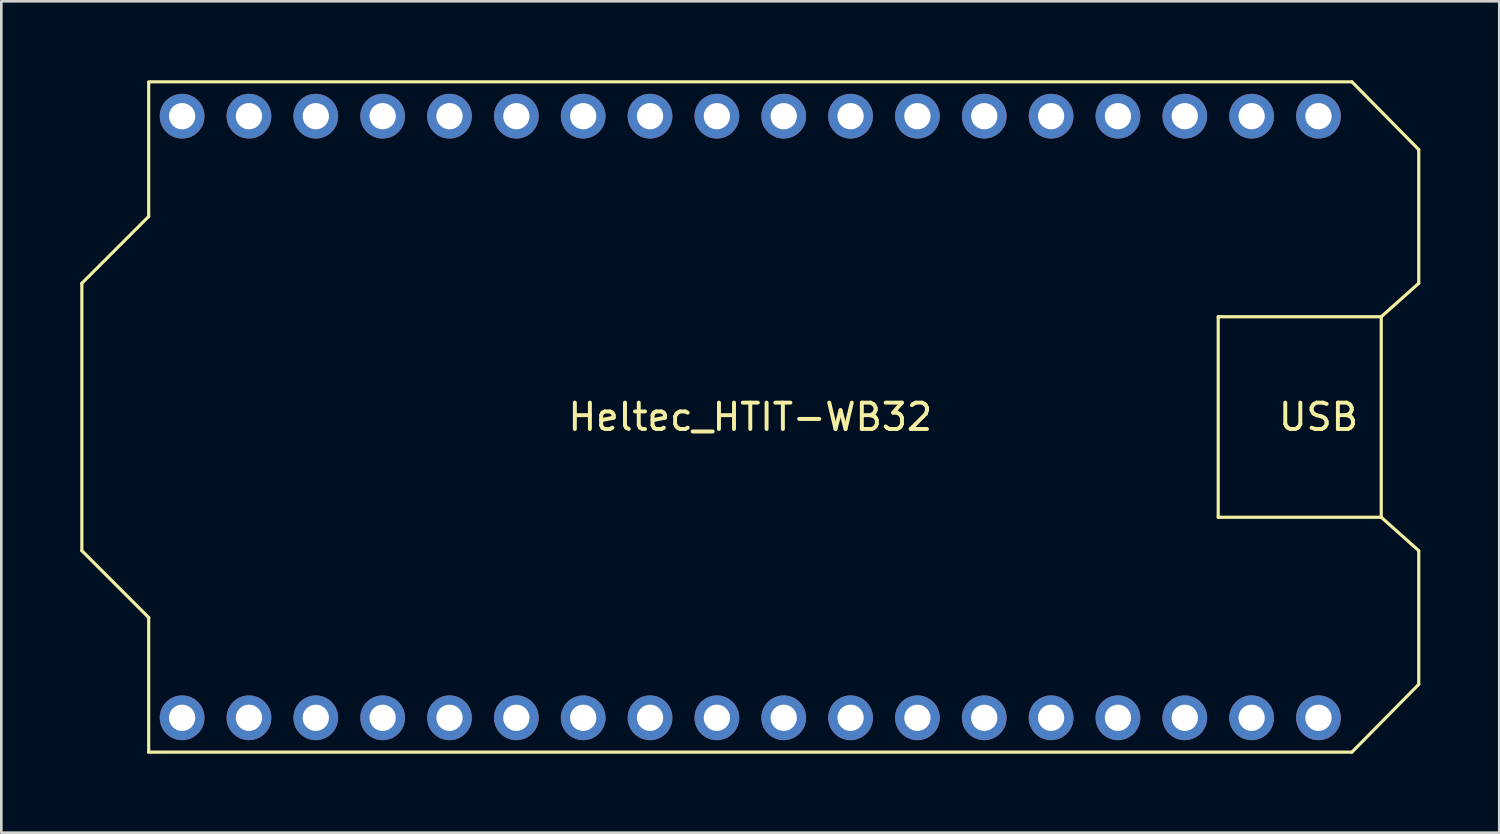
<source format=kicad_pcb>
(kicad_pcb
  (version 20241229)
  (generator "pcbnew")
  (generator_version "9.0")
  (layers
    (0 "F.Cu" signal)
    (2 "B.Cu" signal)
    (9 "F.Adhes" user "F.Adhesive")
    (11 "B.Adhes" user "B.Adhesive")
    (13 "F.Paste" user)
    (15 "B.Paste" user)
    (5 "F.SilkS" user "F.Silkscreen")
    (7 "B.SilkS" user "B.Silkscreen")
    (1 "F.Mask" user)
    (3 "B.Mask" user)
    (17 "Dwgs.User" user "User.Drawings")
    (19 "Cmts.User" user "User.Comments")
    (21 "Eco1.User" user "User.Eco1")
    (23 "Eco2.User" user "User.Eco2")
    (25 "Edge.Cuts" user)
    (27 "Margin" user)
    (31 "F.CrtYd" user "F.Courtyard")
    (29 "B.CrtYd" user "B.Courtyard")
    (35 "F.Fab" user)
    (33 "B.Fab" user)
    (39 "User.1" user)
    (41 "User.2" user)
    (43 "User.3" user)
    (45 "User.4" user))
  (footprint "Heltec_HTIT-WB32"
    (layer "F.Cu")
    (at 25.46 12.795)
    (property "Reference" "Heltec_HTIT-WB32" (at 0 0 0) (layer "F.SilkS") (effects (font (size 1 1) (thickness 0.15))))
    (attr through_hole)
    (fp_line (start -25.4 -5.08) (end -25.4 5.08) (stroke (width 0.12) (type solid)) (layer "F.SilkS"))
    (fp_line (start -25.4 -5.08) (end -22.86 -7.62) (stroke (width 0.12) (type solid)) (layer "F.SilkS"))
    (fp_line (start -25.4 5.08) (end -22.86 7.62) (stroke (width 0.12) (type solid)) (layer "F.SilkS"))
    (fp_line (start -22.86 -12.735) (end 22.86 -12.735) (stroke (width 0.12) (type solid)) (layer "F.SilkS"))
    (fp_line (start -22.86 -12.7) (end -22.86 -7.62) (stroke (width 0.12) (type solid)) (layer "F.SilkS"))
    (fp_line (start -22.86 7.62) (end -22.86 12.735) (stroke (width 0.12) (type solid)) (layer "F.SilkS"))
    (fp_line (start 17.78 -3.81) (end 17.78 3.81) (stroke (width 0.12) (type solid)) (layer "F.SilkS"))
    (fp_line (start 17.78 3.81) (end 23.975 3.81) (stroke (width 0.12) (type solid)) (layer "F.SilkS"))
    (fp_line (start 22.86 -12.735) (end 25.4 -10.16) (stroke (width 0.12) (type solid)) (layer "F.SilkS"))
    (fp_line (start 22.86 12.735) (end -22.86 12.735) (stroke (width 0.12) (type solid)) (layer "F.SilkS"))
    (fp_line (start 22.86 12.735) (end 25.4 10.16) (stroke (width 0.12) (type solid)) (layer "F.SilkS"))
    (fp_line (start 23.975 -3.81) (end 17.78 -3.81) (stroke (width 0.12) (type solid)) (layer "F.SilkS"))
    (fp_line (start 23.975 -3.81) (end 23.975 3.81) (stroke (width 0.12) (type solid)) (layer "F.SilkS"))
    (fp_line (start 25.4 -10.16) (end 25.4 -5.08) (stroke (width 0.12) (type solid)) (layer "F.SilkS"))
    (fp_line (start 25.4 -5.08) (end 23.975 -3.81) (stroke (width 0.12) (type solid)) (layer "F.SilkS"))
    (fp_line (start 25.4 5.08) (end 23.975 3.81) (stroke (width 0.12) (type solid)) (layer "F.SilkS"))
    (fp_line (start 25.4 10.16) (end 25.4 5.08) (stroke (width 0.12) (type solid)) (layer "F.SilkS"))
    (fp_text user "USB" (at 21.59 0 0) (layer "F.SilkS") (effects (font (size 1 1) (thickness 0.15))))
    (pad "0" thru_hole circle (at 1.27 11.43) (size 1.7 1.7) (drill 1) (layers "*.Cu" "*.Mask"))
    (pad "1" thru_hole circle (at 11.43 11.43) (size 1.7 1.7) (drill 1) (layers "*.Cu" "*.Mask"))
    (pad "2" thru_hole circle (at 3.81 11.43) (size 1.7 1.7) (drill 1) (layers "*.Cu" "*.Mask"))
    (pad "3" thru_hole circle (at 8.89 11.43) (size 1.7 1.7) (drill 1) (layers "*.Cu" "*.Mask"))
    (pad "4" thru_hole circle (at -1.27 11.43) (size 1.7 1.7) (drill 1) (layers "*.Cu" "*.Mask"))
    (pad "5" thru_hole circle (at -8.89 11.43) (size 1.7 1.7) (drill 1) (layers "*.Cu" "*.Mask"))
    (pad "6" thru_hole circle (at 13.97 -11.43) (size 1.7 1.7) (drill 1) (layers "*.Cu" "*.Mask"))
    (pad "7" thru_hole circle (at 16.51 -11.43) (size 1.7 1.7) (drill 1) (layers "*.Cu" "*.Mask"))
    (pad "8" thru_hole circle (at 21.59 -11.43) (size 1.7 1.7) (drill 1) (layers "*.Cu" "*.Mask"))
    (pad "9" thru_hole circle (at 19.05 -11.43) (size 1.7 1.7) (drill 1) (layers "*.Cu" "*.Mask"))
    (pad "10" thru_hole circle (at 13.97 11.43) (size 1.7 1.7) (drill 1) (layers "*.Cu" "*.Mask"))
    (pad "11" thru_hole circle (at 16.51 11.43) (size 1.7 1.7) (drill 1) (layers "*.Cu" "*.Mask"))
    (pad "12" thru_hole circle (at 8.89 -11.43) (size 1.7 1.7) (drill 1) (layers "*.Cu" "*.Mask"))
    (pad "13" thru_hole circle (at 11.43 -11.43) (size 1.7 1.7) (drill 1) (layers "*.Cu" "*.Mask"))
    (pad "14" thru_hole circle (at 6.35 -11.43) (size 1.7 1.7) (drill 1) (layers "*.Cu" "*.Mask"))
    (pad "15" thru_hole circle (at 6.35 11.43) (size 1.7 1.7) (drill 1) (layers "*.Cu" "*.Mask"))
    (pad "16" thru_hole circle (at -3.81 11.43) (size 1.7 1.7) (drill 1) (layers "*.Cu" "*.Mask"))
    (pad "17" thru_hole circle (at -6.35 11.43) (size 1.7 1.7) (drill 1) (layers "*.Cu" "*.Mask"))
    (pad "18" thru_hole circle (at -11.43 11.43) (size 1.7 1.7) (drill 1) (layers "*.Cu" "*.Mask"))
    (pad "19" thru_hole circle (at -16.51 11.43) (size 1.7 1.7) (drill 1) (layers "*.Cu" "*.Mask"))
    (pad "20" thru_hole circle (at 19.05 11.43) (size 1.7 1.7) (drill 1) (layers "*.Cu" "*.Mask"))
    (pad "21" thru_hole circle (at -21.59 11.43) (size 1.7 1.7) (drill 1) (layers "*.Cu" "*.Mask"))
    (pad "22" thru_hole circle (at -19.05 11.43) (size 1.7 1.7) (drill 1) (layers "*.Cu" "*.Mask"))
    (pad "23" thru_hole circle (at -13.97 11.43) (size 1.7 1.7) (drill 1) (layers "*.Cu" "*.Mask"))
    (pad "25" thru_hole circle (at -1.27 -11.43) (size 1.7 1.7) (drill 1) (layers "*.Cu" "*.Mask"))
    (pad "26" thru_hole circle (at 1.27 -11.43) (size 1.7 1.7) (drill 1) (layers "*.Cu" "*.Mask"))
    (pad "27" thru_hole circle (at 3.81 -11.43) (size 1.7 1.7) (drill 1) (layers "*.Cu" "*.Mask"))
    (pad "28" thru_hole circle (at 21.59 11.43) (size 1.7 1.7) (drill 1) (layers "*.Cu" "*.Mask"))
    (pad "32" thru_hole circle (at -6.35 -11.43) (size 1.7 1.7) (drill 1) (layers "*.Cu" "*.Mask"))
    (pad "33" thru_hole circle (at -3.81 -11.43) (size 1.7 1.7) (drill 1) (layers "*.Cu" "*.Mask"))
    (pad "34" thru_hole circle (at -11.43 -11.43) (size 1.7 1.7) (drill 1) (layers "*.Cu" "*.Mask"))
    (pad "35" thru_hole circle (at -8.89 -11.43) (size 1.7 1.7) (drill 1) (layers "*.Cu" "*.Mask"))
    (pad "36" thru_hole circle (at -21.59 -11.43) (size 1.7 1.7) (drill 1) (layers "*.Cu" "*.Mask"))
    (pad "37" thru_hole circle (at -19.05 -11.43) (size 1.7 1.7) (drill 1) (layers "*.Cu" "*.Mask"))
    (pad "38" thru_hole circle (at -16.51 -11.43) (size 1.7 1.7) (drill 1) (layers "*.Cu" "*.Mask"))
    (pad "39" thru_hole circle (at -13.97 -11.43) (size 1.7 1.7) (drill 1) (layers "*.Cu" "*.Mask")))
  (gr_rect
    (start -3 -3)
    (end 53.92 28.59)
    (stroke (width 0.1) (type default))
    (fill no)
    (layer "Edge.Cuts")))
</source>
